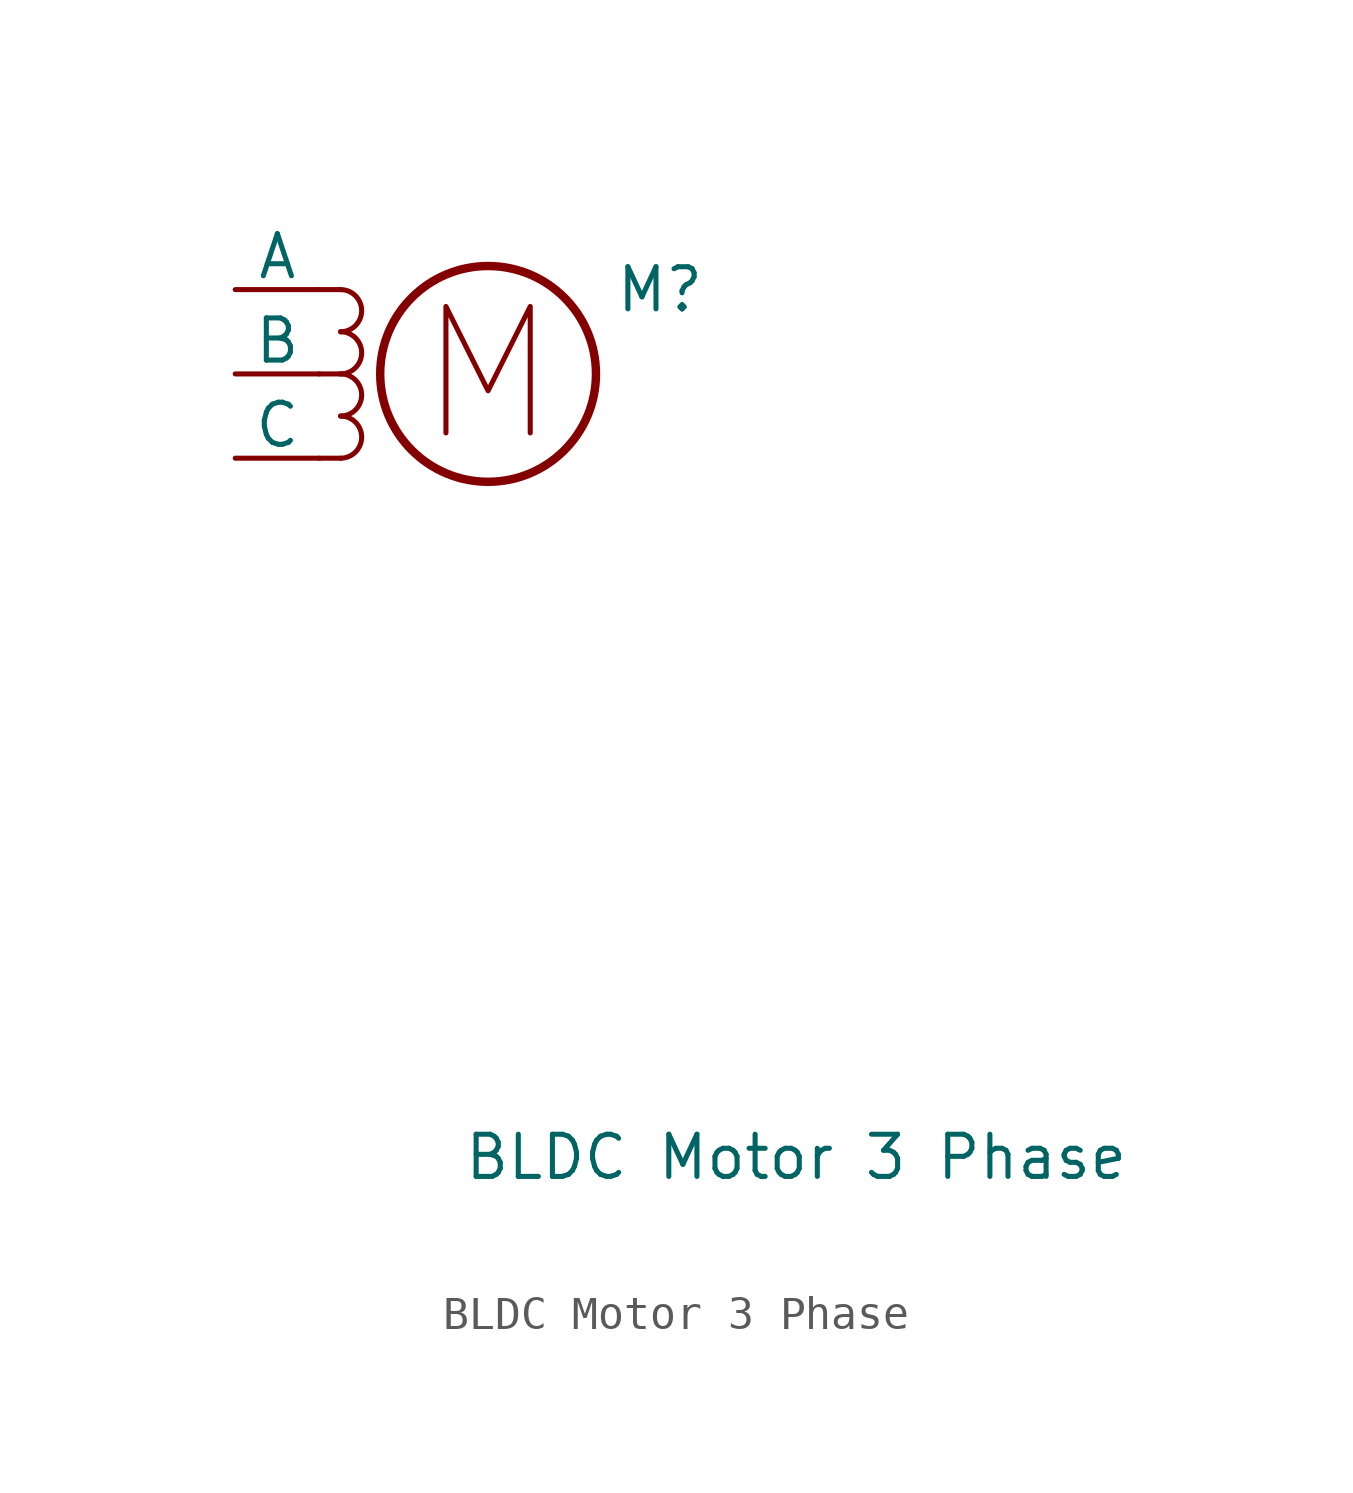
<source format=kicad_sym>
(kicad_symbol_lib
  (version 20231120)
  (generator "kicad_symbol_editor")
  (generator_version "8.0")
  (symbol "BLDC Motor 3 Phase"
    (pin_numbers hide)
    (pin_names
      (offset 0))
    (property "Reference" "M"
      (at 3.81 2.54 0)
      (effects (font (size 1.27 1.27)) (justify left)))
    (property "Value" "BLDC Motor 3 Phase"
      (at -0.762 -22.86 0)
      (effects (font (size 1.27 1.27)) (justify left top)))
    (symbol "BLDC Motor 3 Phase_0_0"
      (polyline (pts (xy -1.27 -1.778) (xy -1.27 2.032) (xy 0 -0.508) (xy 1.27 2.032) (xy 1.27 -1.778)) (stroke (width 0) (type default)) (fill (type none))))
    (symbol "BLDC Motor 3 Phase_0_1"
      (arc (start -4.445 -2.54) (mid -3.8127 -1.905) (end -4.445 -1.27) (stroke (width 0) (type default)) (fill (type none)))
      (arc (start -4.445 -1.27) (mid -3.8127 -0.635) (end -4.445 0) (stroke (width 0) (type default)) (fill (type none)))
      (arc (start -4.445 0) (mid -3.8127 0.635) (end -4.445 1.27) (stroke (width 0) (type default)) (fill (type none)))
      (arc (start -4.445 1.27) (mid -3.8127 1.905) (end -4.445 2.54) (stroke (width 0) (type default)) (fill (type none)))
      (polyline (pts (xy -5.08 -2.54) (xy -4.445 -2.54)) (stroke (width 0) (type default)) (fill (type none)))
      (polyline (pts (xy -5.08 2.54) (xy -4.445 2.54)) (stroke (width 0) (type default)) (fill (type none)))
      (polyline (pts (xy -4.445 0) (xy -5.08 0)) (stroke (width 0) (type default)) (fill (type none)))
      (circle (center 0 0) (radius 3.251) (stroke (width 0.254) (type default)) (fill (type none))))
    (symbol "BLDC Motor 3 Phase_1_1"
      (pin passive line (at -7.62 2.54 0) (length 2.54) (name "A" (effects (font (size 1.27 1.27)))) (number "1" (effects (font (size 1.27 1.27)))))
      (pin passive line (at -7.62 0 0) (length 2.54) (name "B" (effects (font (size 1.27 1.27)))) (number "2" (effects (font (size 1.27 1.27)))))
      (pin passive line (at -7.62 -2.54 0) (length 2.54) (name "C" (effects (font (size 1.27 1.27)))) (number "3" (effects (font (size 1.27 1.27))))))))
</source>
